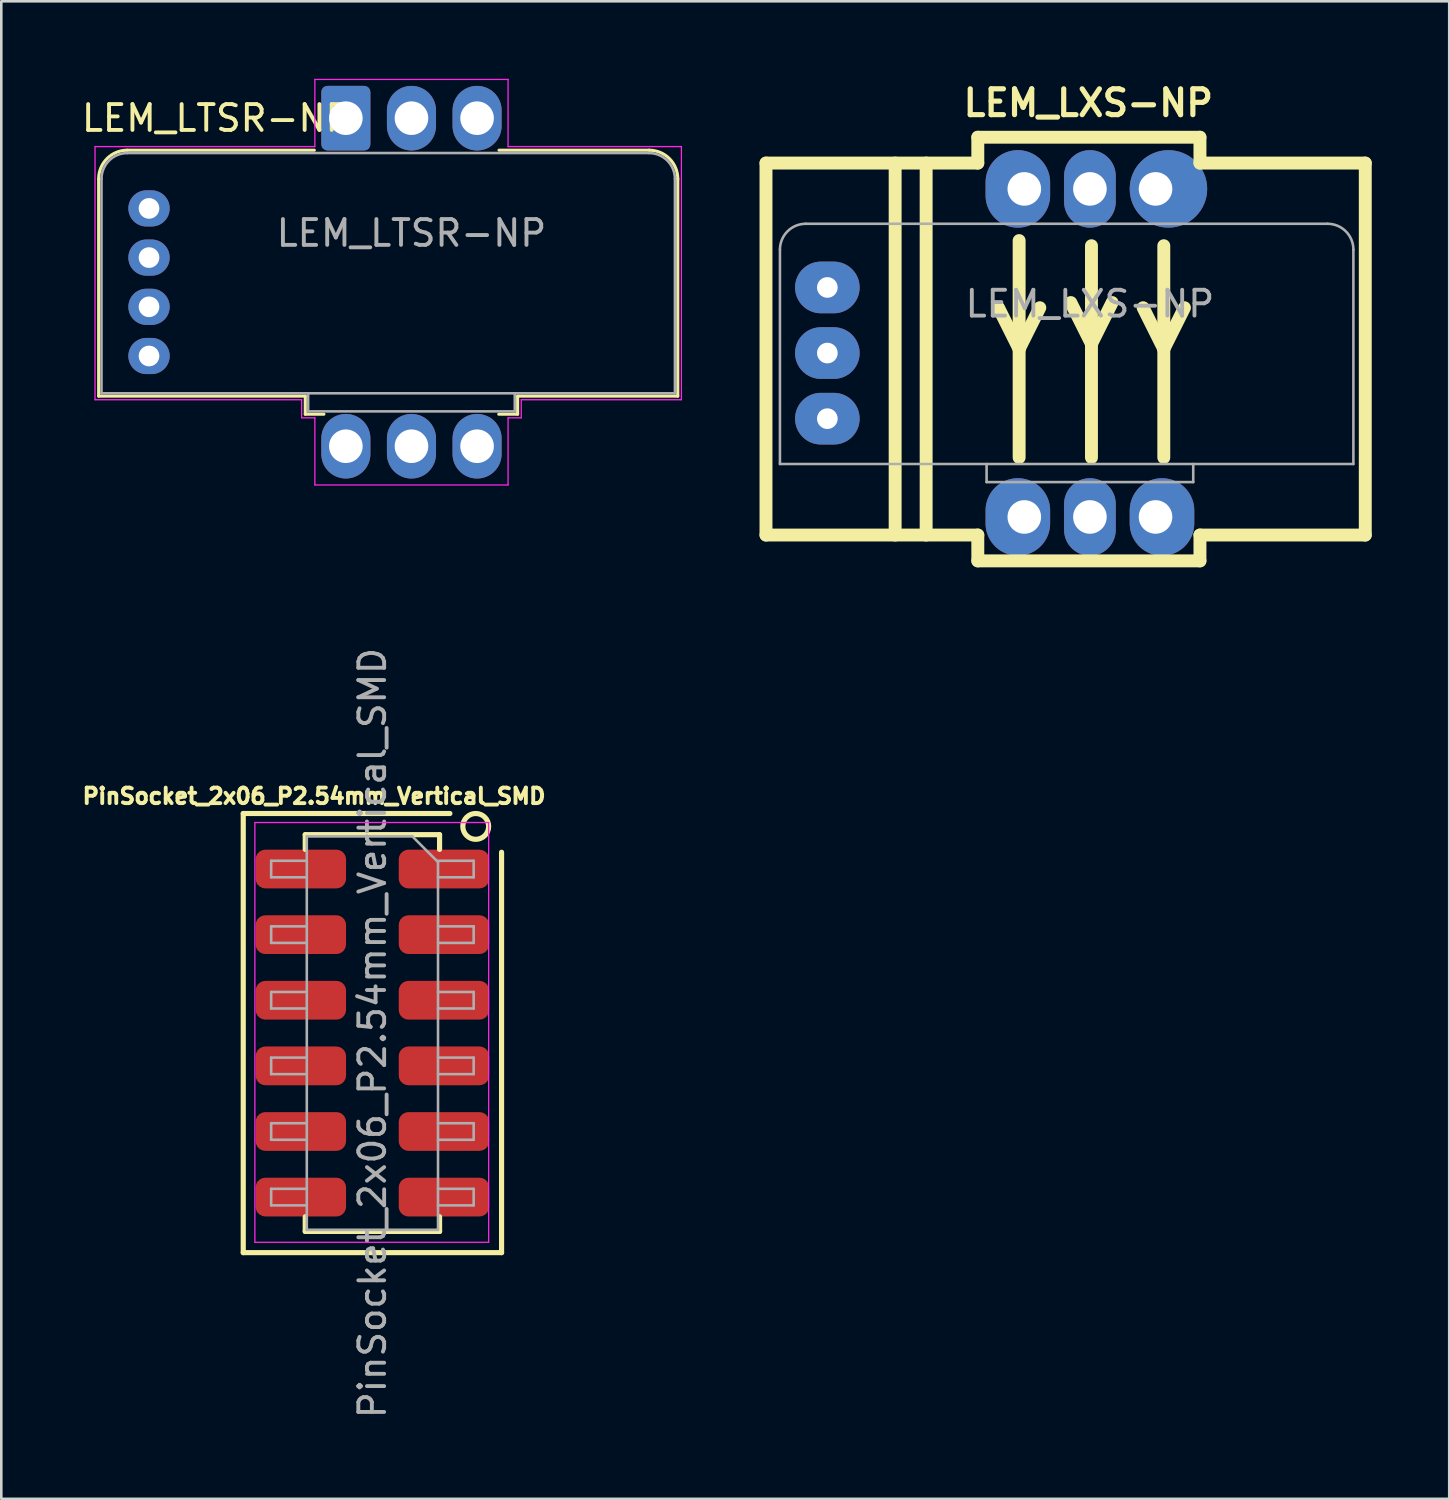
<source format=kicad_pcb>
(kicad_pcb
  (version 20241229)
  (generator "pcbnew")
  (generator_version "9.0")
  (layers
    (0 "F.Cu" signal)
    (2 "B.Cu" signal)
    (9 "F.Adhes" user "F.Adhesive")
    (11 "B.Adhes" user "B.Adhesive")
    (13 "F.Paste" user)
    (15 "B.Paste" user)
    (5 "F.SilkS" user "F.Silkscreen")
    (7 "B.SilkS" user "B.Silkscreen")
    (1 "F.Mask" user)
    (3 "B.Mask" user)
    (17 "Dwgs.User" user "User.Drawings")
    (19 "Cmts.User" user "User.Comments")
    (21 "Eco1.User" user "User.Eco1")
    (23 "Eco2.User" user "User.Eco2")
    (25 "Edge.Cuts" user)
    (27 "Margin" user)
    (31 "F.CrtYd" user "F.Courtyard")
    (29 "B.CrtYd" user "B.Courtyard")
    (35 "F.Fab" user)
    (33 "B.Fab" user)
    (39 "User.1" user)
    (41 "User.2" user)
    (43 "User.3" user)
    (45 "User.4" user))
  (footprint "LEM_LTSR-NP"
    (layer "F.Cu")
    (at 10.339 1.525)
    (property "Reference" "LEM_LTSR-NP" (at -5 0 0) (layer "F.SilkS") (effects (font (size 1 1) (thickness 0.15))))
    (attr through_hole)
    (fp_line (start -9.57 10.76) (end -9.57 2.36) (stroke (width 0.12) (type solid)) (layer "F.SilkS"))
    (fp_line (start -9.57 10.76) (end -1.57 10.76) (stroke (width 0.12) (type solid)) (layer "F.SilkS"))
    (fp_line (start -8.45 1.24) (end -1.22 1.24) (stroke (width 0.12) (type solid)) (layer "F.SilkS"))
    (fp_line (start -1.57 11.46) (end -1.57 10.76) (stroke (width 0.12) (type solid)) (layer "F.SilkS"))
    (fp_line (start -1.57 11.46) (end -0.85 11.46) (stroke (width 0.12) (type solid)) (layer "F.SilkS"))
    (fp_line (start 5.92 11.46) (end 6.65 11.46) (stroke (width 0.12) (type solid)) (layer "F.SilkS"))
    (fp_line (start 5.93 1.24) (end 11.74 1.24) (stroke (width 0.12) (type solid)) (layer "F.SilkS"))
    (fp_line (start 6.65 10.76) (end 12.85 10.76) (stroke (width 0.12) (type solid)) (layer "F.SilkS"))
    (fp_line (start 6.65 11.46) (end 6.65 10.76) (stroke (width 0.12) (type solid)) (layer "F.SilkS"))
    (fp_line (start 12.85 10.76) (end 12.85 2.35) (stroke (width 0.12) (type solid)) (layer "F.SilkS"))
    (fp_arc (start -9.57 2.35) (mid -9.244889 1.565111) (end -8.46 1.24) (stroke (width 0.12) (type solid)) (layer "F.SilkS"))
    (fp_arc (start 11.74 1.24) (mid 12.524889 1.565111) (end 12.85 2.35) (stroke (width 0.12) (type solid)) (layer "F.SilkS"))
    (fp_line (start -9.71 1.1) (end -9.71 10.9) (stroke (width 0.05) (type solid)) (layer "F.CrtYd"))
    (fp_line (start -9.71 1.1) (end -1.2 1.1) (stroke (width 0.05) (type solid)) (layer "F.CrtYd"))
    (fp_line (start -9.71 10.9) (end -1.71 10.9) (stroke (width 0.05) (type solid)) (layer "F.CrtYd"))
    (fp_line (start -1.71 11.6) (end -1.71 10.9) (stroke (width 0.05) (type solid)) (layer "F.CrtYd"))
    (fp_line (start -1.71 11.6) (end -1.2 11.6) (stroke (width 0.05) (type solid)) (layer "F.CrtYd"))
    (fp_line (start -1.2 -1.5) (end -1.2 1.1) (stroke (width 0.05) (type solid)) (layer "F.CrtYd"))
    (fp_line (start -1.2 -1.5) (end 6.28 -1.5) (stroke (width 0.05) (type solid)) (layer "F.CrtYd"))
    (fp_line (start -1.2 11.6) (end -1.2 14.2) (stroke (width 0.05) (type solid)) (layer "F.CrtYd"))
    (fp_line (start -1.2 14.2) (end 6.28 14.2) (stroke (width 0.05) (type solid)) (layer "F.CrtYd"))
    (fp_line (start 6.28 -1.5) (end 6.28 1.1) (stroke (width 0.05) (type solid)) (layer "F.CrtYd"))
    (fp_line (start 6.28 1.1) (end 12.99 1.1) (stroke (width 0.05) (type solid)) (layer "F.CrtYd"))
    (fp_line (start 6.28 11.6) (end 6.28 14.2) (stroke (width 0.05) (type solid)) (layer "F.CrtYd"))
    (fp_line (start 6.28 11.6) (end 6.79 11.6) (stroke (width 0.05) (type solid)) (layer "F.CrtYd"))
    (fp_line (start 6.79 10.9) (end 12.99 10.9) (stroke (width 0.05) (type solid)) (layer "F.CrtYd"))
    (fp_line (start 6.79 11.6) (end 6.79 10.9) (stroke (width 0.05) (type solid)) (layer "F.CrtYd"))
    (fp_line (start 12.99 1.1) (end 12.99 10.9) (stroke (width 0.05) (type solid)) (layer "F.CrtYd"))
    (fp_line (start -9.46 10.65) (end -9.46 2.35) (stroke (width 0.1) (type solid)) (layer "F.Fab"))
    (fp_line (start -9.46 10.65) (end 12.74 10.65) (stroke (width 0.1) (type solid)) (layer "F.Fab"))
    (fp_line (start -8.46 1.35) (end 11.74 1.35) (stroke (width 0.1) (type solid)) (layer "F.Fab"))
    (fp_line (start -1.46 11.35) (end -1.46 10.65) (stroke (width 0.1) (type solid)) (layer "F.Fab"))
    (fp_line (start -1.46 11.35) (end 6.54 11.35) (stroke (width 0.1) (type solid)) (layer "F.Fab"))
    (fp_line (start 6.54 11.35) (end 6.54 10.65) (stroke (width 0.1) (type solid)) (layer "F.Fab"))
    (fp_line (start 12.74 10.65) (end 12.74 2.35) (stroke (width 0.1) (type solid)) (layer "F.Fab"))
    (fp_arc (start -9.46 2.35) (mid -9.167107 1.642893) (end -8.46 1.35) (stroke (width 0.1) (type solid)) (layer "F.Fab"))
    (fp_arc (start 11.74 1.35) (mid 12.447107 1.642893) (end 12.74 2.35) (stroke (width 0.1) (type solid)) (layer "F.Fab"))
    (fp_text user "${REFERENCE}" (at 2.54 4.45 0) (layer "F.Fab") (effects (font (size 1 1) (thickness 0.15))))
    (pad "1" thru_hole roundrect (at 0 0) (size 1.9 2.5) (drill 1.3) (layers "*.Cu" "*.Mask") (roundrect_rratio 0.125))
    (pad "2" thru_hole oval (at 2.54 0) (size 1.9 2.5) (drill 1.3) (layers "*.Cu" "*.Mask"))
    (pad "3" thru_hole oval (at 5.08 0) (size 1.9 2.5) (drill 1.3) (layers "*.Cu" "*.Mask"))
    (pad "4" thru_hole oval (at 5.08 12.7) (size 1.9 2.5) (drill 1.3) (layers "*.Cu" "*.Mask"))
    (pad "5" thru_hole oval (at 2.54 12.7) (size 1.9 2.5) (drill 1.3) (layers "*.Cu" "*.Mask"))
    (pad "6" thru_hole oval (at 0 12.7) (size 1.9 2.5) (drill 1.3) (layers "*.Cu" "*.Mask"))
    (pad "7" thru_hole oval (at -7.62 9.207) (size 1.6 1.4) (drill 0.8) (layers "*.Cu" "*.Mask"))
    (pad "8" thru_hole oval (at -7.62 7.303) (size 1.6 1.4) (drill 0.8) (layers "*.Cu" "*.Mask"))
    (pad "9" thru_hole oval (at -7.62 5.397) (size 1.6 1.4) (drill 0.8) (layers "*.Cu" "*.Mask"))
    (pad "10" thru_hole oval (at -7.62 3.493) (size 1.6 1.4) (drill 0.8) (layers "*.Cu" "*.Mask")))
  (footprint "LEM_LXS-NP"
    (layer "F.Cu")
    (at 36.604 4.263)
    (property "Reference" "LEM_LXS-NP" (at 2.478 -3.327 0) (layer "F.SilkS") (effects (font (size 1 1) (thickness 0.2))))
    (attr through_hole)
    (fp_line (start -10 -1) (end -1.8 -1) (stroke (width 0.5) (type solid)) (layer "F.SilkS"))
    (fp_line (start -10 13.4) (end -10 -1) (stroke (width 0.5) (type solid)) (layer "F.SilkS"))
    (fp_line (start -5 -1) (end -5 13.4) (stroke (width 0.5) (type solid)) (layer "F.SilkS"))
    (fp_line (start -3.8 -1) (end -3.8 13.4) (stroke (width 0.5) (type solid)) (layer "F.SilkS"))
    (fp_line (start -1.8 -2) (end 6.8 -2) (stroke (width 0.5) (type solid)) (layer "F.SilkS"))
    (fp_line (start -1.8 -1) (end -1.8 -2) (stroke (width 0.5) (type solid)) (layer "F.SilkS"))
    (fp_line (start -1.8 13.4) (end -10 13.4) (stroke (width 0.5) (type solid)) (layer "F.SilkS"))
    (fp_line (start -1.8 14.4) (end -1.8 13.4) (stroke (width 0.5) (type solid)) (layer "F.SilkS"))
    (fp_line (start -1 4.6) (end -0.2 6.2) (stroke (width 0.5) (type solid)) (layer "F.SilkS"))
    (fp_line (start -0.2 2) (end -0.2 10.4) (stroke (width 0.5) (type solid)) (layer "F.SilkS"))
    (fp_line (start -0.2 6.2) (end 0.6 4.6) (stroke (width 0.5) (type solid)) (layer "F.SilkS"))
    (fp_line (start 1.8 4.4) (end 2.6 6) (stroke (width 0.5) (type solid)) (layer "F.SilkS"))
    (fp_line (start 2.6 2.2) (end 2.6 10.4) (stroke (width 0.5) (type solid)) (layer "F.SilkS"))
    (fp_line (start 2.6 6) (end 3.4 4.4) (stroke (width 0.5) (type solid)) (layer "F.SilkS"))
    (fp_line (start 4.6 4.6) (end 5.4 6.2) (stroke (width 0.5) (type solid)) (layer "F.SilkS"))
    (fp_line (start 5.4 2.2) (end 5.4 10.4) (stroke (width 0.5) (type solid)) (layer "F.SilkS"))
    (fp_line (start 5.4 6.2) (end 6.2 4.6) (stroke (width 0.5) (type solid)) (layer "F.SilkS"))
    (fp_line (start 6.8 -2) (end 6.8 -1) (stroke (width 0.5) (type solid)) (layer "F.SilkS"))
    (fp_line (start 6.8 -1) (end 13.2 -1) (stroke (width 0.5) (type solid)) (layer "F.SilkS"))
    (fp_line (start 6.8 13.4) (end 6.8 14.4) (stroke (width 0.5) (type solid)) (layer "F.SilkS"))
    (fp_line (start 6.8 14.4) (end -1.8 14.4) (stroke (width 0.5) (type solid)) (layer "F.SilkS"))
    (fp_line (start 13.2 -1) (end 13.2 13.4) (stroke (width 0.5) (type solid)) (layer "F.SilkS"))
    (fp_line (start 13.2 13.4) (end 6.8 13.4) (stroke (width 0.5) (type solid)) (layer "F.SilkS"))
    (fp_line (start -9.46 10.65) (end -9.46 2.35) (stroke (width 0.1) (type solid)) (layer "F.Fab"))
    (fp_line (start -9.46 10.65) (end 12.74 10.65) (stroke (width 0.1) (type solid)) (layer "F.Fab"))
    (fp_line (start -8.46 1.35) (end 11.74 1.35) (stroke (width 0.1) (type solid)) (layer "F.Fab"))
    (fp_line (start -1.46 11.35) (end -1.46 10.65) (stroke (width 0.1) (type solid)) (layer "F.Fab"))
    (fp_line (start -1.46 11.35) (end 6.54 11.35) (stroke (width 0.1) (type solid)) (layer "F.Fab"))
    (fp_line (start 6.54 11.35) (end 6.54 10.65) (stroke (width 0.1) (type solid)) (layer "F.Fab"))
    (fp_line (start 12.74 10.65) (end 12.74 2.35) (stroke (width 0.1) (type solid)) (layer "F.Fab"))
    (fp_arc (start -9.46 2.35) (mid -9.167107 1.642893) (end -8.46 1.35) (stroke (width 0.1) (type solid)) (layer "F.Fab"))
    (fp_arc (start 11.74 1.35) (mid 12.447107 1.642893) (end 12.74 2.35) (stroke (width 0.1) (type solid)) (layer "F.Fab"))
    (fp_text user "${REFERENCE}" (at 2.54 4.45 0) (layer "F.Fab") (effects (font (size 1 1) (thickness 0.15))))
    (pad "1" thru_hole oval (at 0 0) (size 2.5 3) (drill 1.3 (offset -0.25 0)) (layers "*.Cu" "*.Mask"))
    (pad "2" thru_hole oval (at 2.54 0) (size 2 3) (drill 1.3) (layers "*.Cu" "*.Mask"))
    (pad "3" thru_hole oval (at 5.08 0) (size 3 3) (drill 1.3 (offset 0.5 0)) (layers "*.Cu" "*.Mask"))
    (pad "4" thru_hole oval (at 5.08 12.7) (size 2.5 3) (drill 1.3 (offset 0.25 0)) (layers "*.Cu" "*.Mask"))
    (pad "5" thru_hole oval (at 2.54 12.7) (size 2 3) (drill 1.3) (layers "*.Cu" "*.Mask"))
    (pad "6" thru_hole oval (at 0 12.7) (size 2.5 3) (drill 1.3 (offset -0.25 0)) (layers "*.Cu" "*.Mask"))
    (pad "7" thru_hole oval (at -7.625 8.895) (size 2.5 2) (drill 0.8) (layers "*.Cu" "*.Mask"))
    (pad "8" thru_hole oval (at -7.625 6.355) (size 2.5 2) (drill 0.8) (layers "*.Cu" "*.Mask"))
    (pad "9" thru_hole oval (at -7.625 3.815) (size 2.5 2) (drill 0.8) (layers "*.Cu" "*.Mask")))
  (footprint "PinSocket_2x06_P2.54mm_Vertical_SMD"
    (layer "F.Cu")
    (at 11.367 36.943)
    (property "Reference" "PinSocket_2x06_P2.54mm_Vertical_SMD" (at -2.259 -9.172 180) (layer "F.SilkS") (effects (font (size 0.6 0.6) (thickness 0.15))))
    (attr smd)
    (fp_line (start -5 -8.5) (end 3 -8.5) (stroke (width 0.2) (type solid)) (layer "F.SilkS"))
    (fp_line (start -5 8.5) (end -5 -8.5) (stroke (width 0.2) (type solid)) (layer "F.SilkS"))
    (fp_line (start -2.6 -7.68) (end -2.6 -7.11) (stroke (width 0.2) (type solid)) (layer "F.SilkS"))
    (fp_line (start -2.6 -7.68) (end 2.6 -7.68) (stroke (width 0.2) (type solid)) (layer "F.SilkS"))
    (fp_line (start -2.6 7.68) (end -2.6 7.11) (stroke (width 0.2) (type solid)) (layer "F.SilkS"))
    (fp_line (start 2.6 -7.68) (end 2.6 -7.11) (stroke (width 0.2) (type solid)) (layer "F.SilkS"))
    (fp_line (start 2.6 7.68) (end -2.6 7.68) (stroke (width 0.2) (type solid)) (layer "F.SilkS"))
    (fp_line (start 2.6 7.68) (end 2.6 7.11) (stroke (width 0.2) (type solid)) (layer "F.SilkS"))
    (fp_line (start 5 -7) (end 5 8.5) (stroke (width 0.2) (type solid)) (layer "F.SilkS"))
    (fp_line (start 5 8.5) (end -5 8.5) (stroke (width 0.2) (type solid)) (layer "F.SilkS"))
    (fp_circle (center 4 -8) (end 4.5 -8) (stroke (width 0.2) (type solid)) (fill no) (layer "F.SilkS"))
    (fp_line (start -4.55 -8.15) (end 4.5 -8.15) (stroke (width 0.05) (type solid)) (layer "F.CrtYd"))
    (fp_line (start -4.55 8.1) (end -4.55 -8.15) (stroke (width 0.05) (type solid)) (layer "F.CrtYd"))
    (fp_line (start 4.5 -8.15) (end 4.5 8.1) (stroke (width 0.05) (type solid)) (layer "F.CrtYd"))
    (fp_line (start 4.5 8.1) (end -4.55 8.1) (stroke (width 0.05) (type solid)) (layer "F.CrtYd"))
    (fp_line (start -3.92 -6.67) (end -2.54 -6.67) (stroke (width 0.1) (type solid)) (layer "F.Fab"))
    (fp_line (start -3.92 -6.03) (end -3.92 -6.67) (stroke (width 0.1) (type solid)) (layer "F.Fab"))
    (fp_line (start -3.92 -4.13) (end -2.54 -4.13) (stroke (width 0.1) (type solid)) (layer "F.Fab"))
    (fp_line (start -3.92 -3.49) (end -3.92 -4.13) (stroke (width 0.1) (type solid)) (layer "F.Fab"))
    (fp_line (start -3.92 -1.59) (end -2.54 -1.59) (stroke (width 0.1) (type solid)) (layer "F.Fab"))
    (fp_line (start -3.92 -0.95) (end -3.92 -1.59) (stroke (width 0.1) (type solid)) (layer "F.Fab"))
    (fp_line (start -3.92 0.95) (end -2.54 0.95) (stroke (width 0.1) (type solid)) (layer "F.Fab"))
    (fp_line (start -3.92 1.59) (end -3.92 0.95) (stroke (width 0.1) (type solid)) (layer "F.Fab"))
    (fp_line (start -3.92 3.49) (end -2.54 3.49) (stroke (width 0.1) (type solid)) (layer "F.Fab"))
    (fp_line (start -3.92 4.13) (end -3.92 3.49) (stroke (width 0.1) (type solid)) (layer "F.Fab"))
    (fp_line (start -3.92 6.03) (end -2.54 6.03) (stroke (width 0.1) (type solid)) (layer "F.Fab"))
    (fp_line (start -3.92 6.67) (end -3.92 6.03) (stroke (width 0.1) (type solid)) (layer "F.Fab"))
    (fp_line (start -2.54 -7.62) (end 1.54 -7.62) (stroke (width 0.1) (type solid)) (layer "F.Fab"))
    (fp_line (start -2.54 -6.03) (end -3.92 -6.03) (stroke (width 0.1) (type solid)) (layer "F.Fab"))
    (fp_line (start -2.54 -3.49) (end -3.92 -3.49) (stroke (width 0.1) (type solid)) (layer "F.Fab"))
    (fp_line (start -2.54 -0.95) (end -3.92 -0.95) (stroke (width 0.1) (type solid)) (layer "F.Fab"))
    (fp_line (start -2.54 1.59) (end -3.92 1.59) (stroke (width 0.1) (type solid)) (layer "F.Fab"))
    (fp_line (start -2.54 4.13) (end -3.92 4.13) (stroke (width 0.1) (type solid)) (layer "F.Fab"))
    (fp_line (start -2.54 6.67) (end -3.92 6.67) (stroke (width 0.1) (type solid)) (layer "F.Fab"))
    (fp_line (start -2.54 7.62) (end -2.54 -7.62) (stroke (width 0.1) (type solid)) (layer "F.Fab"))
    (fp_line (start 1.54 -7.62) (end 2.54 -6.62) (stroke (width 0.1) (type solid)) (layer "F.Fab"))
    (fp_line (start 2.54 -6.67) (end 3.92 -6.67) (stroke (width 0.1) (type solid)) (layer "F.Fab"))
    (fp_line (start 2.54 -6.62) (end 2.54 7.62) (stroke (width 0.1) (type solid)) (layer "F.Fab"))
    (fp_line (start 2.54 -4.13) (end 3.92 -4.13) (stroke (width 0.1) (type solid)) (layer "F.Fab"))
    (fp_line (start 2.54 -1.59) (end 3.92 -1.59) (stroke (width 0.1) (type solid)) (layer "F.Fab"))
    (fp_line (start 2.54 0.95) (end 3.92 0.95) (stroke (width 0.1) (type solid)) (layer "F.Fab"))
    (fp_line (start 2.54 3.49) (end 3.92 3.49) (stroke (width 0.1) (type solid)) (layer "F.Fab"))
    (fp_line (start 2.54 6.03) (end 3.92 6.03) (stroke (width 0.1) (type solid)) (layer "F.Fab"))
    (fp_line (start 2.54 7.62) (end -2.54 7.62) (stroke (width 0.1) (type solid)) (layer "F.Fab"))
    (fp_line (start 3.92 -6.67) (end 3.92 -6.03) (stroke (width 0.1) (type solid)) (layer "F.Fab"))
    (fp_line (start 3.92 -6.03) (end 2.54 -6.03) (stroke (width 0.1) (type solid)) (layer "F.Fab"))
    (fp_line (start 3.92 -4.13) (end 3.92 -3.49) (stroke (width 0.1) (type solid)) (layer "F.Fab"))
    (fp_line (start 3.92 -3.49) (end 2.54 -3.49) (stroke (width 0.1) (type solid)) (layer "F.Fab"))
    (fp_line (start 3.92 -1.59) (end 3.92 -0.95) (stroke (width 0.1) (type solid)) (layer "F.Fab"))
    (fp_line (start 3.92 -0.95) (end 2.54 -0.95) (stroke (width 0.1) (type solid)) (layer "F.Fab"))
    (fp_line (start 3.92 0.95) (end 3.92 1.59) (stroke (width 0.1) (type solid)) (layer "F.Fab"))
    (fp_line (start 3.92 1.59) (end 2.54 1.59) (stroke (width 0.1) (type solid)) (layer "F.Fab"))
    (fp_line (start 3.92 3.49) (end 3.92 4.13) (stroke (width 0.1) (type solid)) (layer "F.Fab"))
    (fp_line (start 3.92 4.13) (end 2.54 4.13) (stroke (width 0.1) (type solid)) (layer "F.Fab"))
    (fp_line (start 3.92 6.03) (end 3.92 6.67) (stroke (width 0.1) (type solid)) (layer "F.Fab"))
    (fp_line (start 3.92 6.67) (end 2.54 6.67) (stroke (width 0.1) (type solid)) (layer "F.Fab"))
    (fp_text user "${REFERENCE}" (at 0 0 90) (layer "F.Fab") (effects (font (size 1 1) (thickness 0.15))))
    (pad "1" smd roundrect (at 2.52 -6.35) (size 3.5 1.5) (drill (offset 0.25 0)) (layers "F.Cu" "F.Mask" "F.Paste") (roundrect_rratio 0.25))
    (pad "2" smd roundrect (at -2.52 -6.35) (size 3.5 1.5) (drill (offset -0.25 0)) (layers "F.Cu" "F.Mask" "F.Paste") (roundrect_rratio 0.25))
    (pad "3" smd roundrect (at 2.52 -3.81) (size 3.5 1.5) (drill (offset 0.25 0)) (layers "F.Cu" "F.Mask" "F.Paste") (roundrect_rratio 0.25))
    (pad "4" smd roundrect (at -2.52 -3.81) (size 3.5 1.5) (drill (offset -0.25 0)) (layers "F.Cu" "F.Mask" "F.Paste") (roundrect_rratio 0.25))
    (pad "5" smd roundrect (at 2.52 -1.27) (size 3.5 1.5) (drill (offset 0.25 0)) (layers "F.Cu" "F.Mask" "F.Paste") (roundrect_rratio 0.25))
    (pad "6" smd roundrect (at -2.52 -1.27) (size 3.5 1.5) (drill (offset -0.25 0)) (layers "F.Cu" "F.Mask" "F.Paste") (roundrect_rratio 0.25))
    (pad "7" smd roundrect (at 2.52 1.27) (size 3.5 1.5) (drill (offset 0.25 0)) (layers "F.Cu" "F.Mask" "F.Paste") (roundrect_rratio 0.25))
    (pad "8" smd roundrect (at -2.52 1.27) (size 3.5 1.5) (drill (offset -0.25 0)) (layers "F.Cu" "F.Mask" "F.Paste") (roundrect_rratio 0.25))
    (pad "9" smd roundrect (at 2.52 3.81) (size 3.5 1.5) (drill (offset 0.25 0)) (layers "F.Cu" "F.Mask" "F.Paste") (roundrect_rratio 0.25))
    (pad "10" smd roundrect (at -2.52 3.81) (size 3.5 1.5) (drill (offset -0.25 0)) (layers "F.Cu" "F.Mask" "F.Paste") (roundrect_rratio 0.25))
    (pad "11" smd roundrect (at 2.52 6.35) (size 3.5 1.5) (drill (offset 0.25 0)) (layers "F.Cu" "F.Mask" "F.Paste") (roundrect_rratio 0.25))
    (pad "12" smd roundrect (at -2.52 6.35) (size 3.5 1.5) (drill (offset -0.25 0)) (layers "F.Cu" "F.Mask" "F.Paste") (roundrect_rratio 0.25)))
  (gr_rect
    (start -3 -3)
    (end 53.054 54.973)
    (stroke (width 0.1) (type default))
    (fill no)
    (layer "Edge.Cuts")))
</source>
